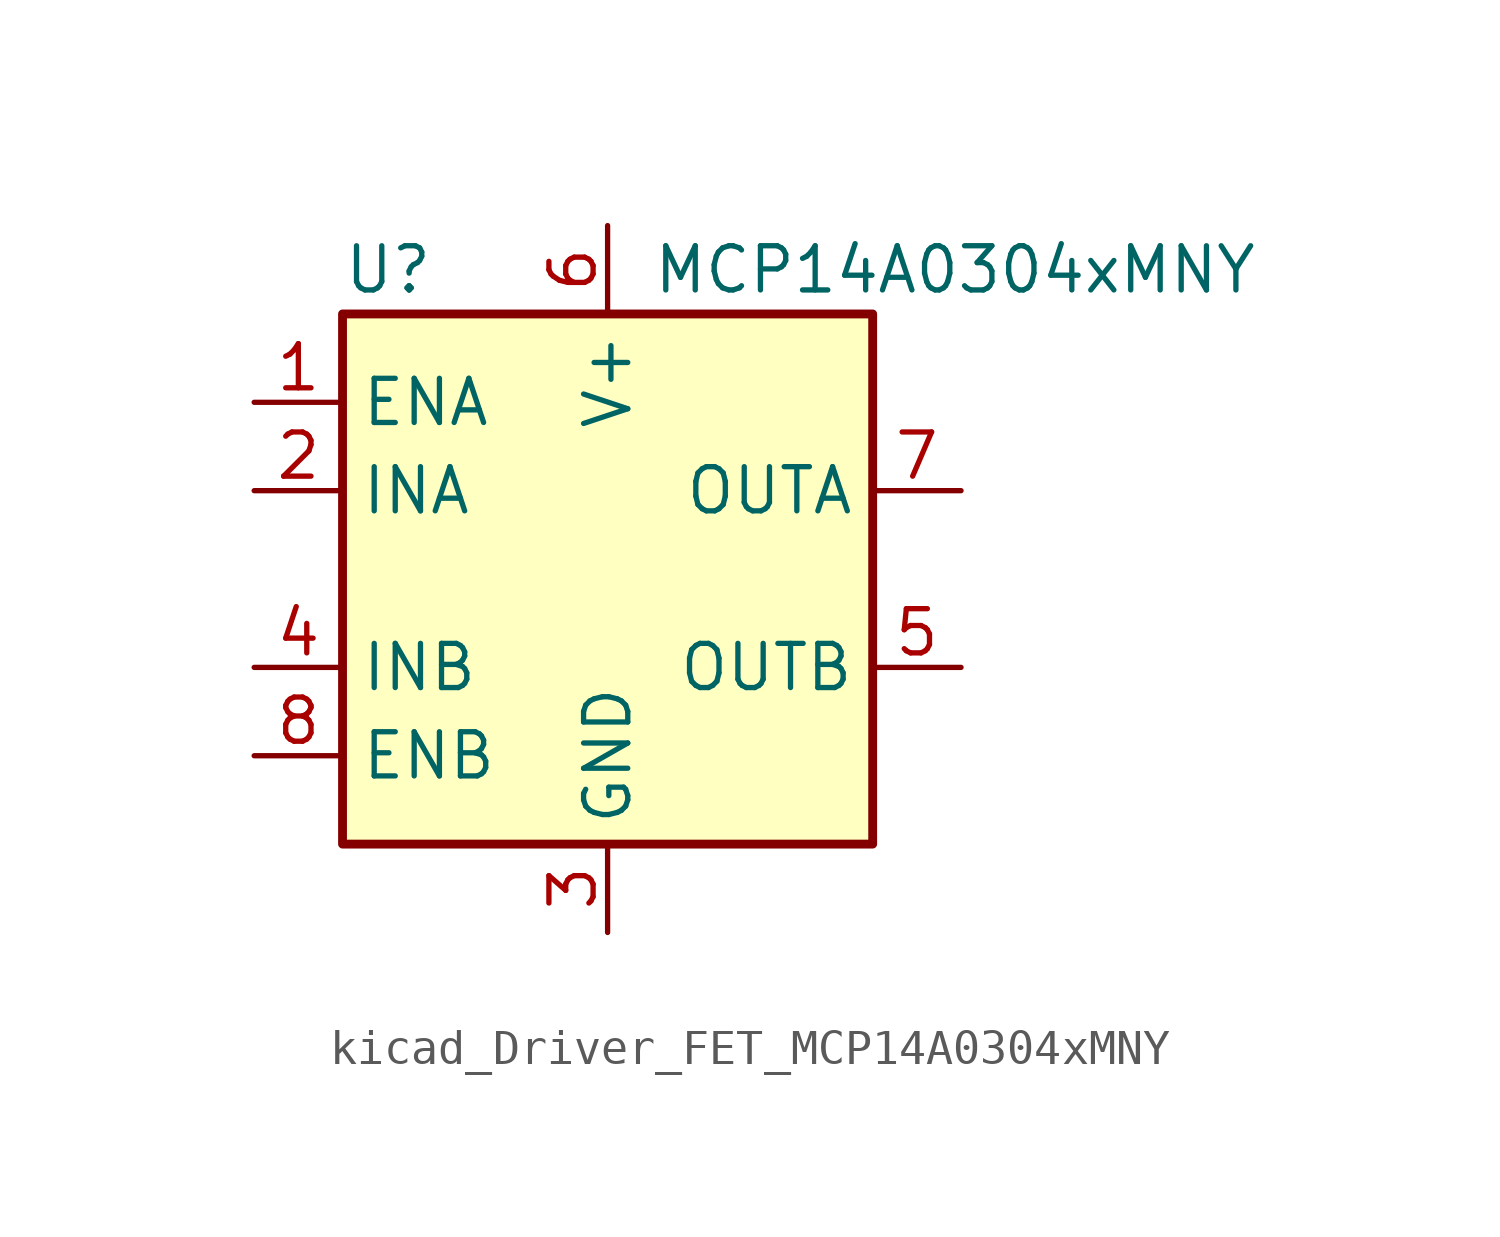
<source format=kicad_sym>
(kicad_symbol_lib
  (version 20220914)
  (generator kicad_symbol_editor)
  (symbol "kicad_Driver_FET_MCP14A0304xMNY"
    (property "Reference" "U"
      (at -7.62 8.89 0)
      (effects (font (size 1.27 1.27)) (justify left)))
    (property "Value" "MCP14A0304xMNY"
      (at 1.27 8.89 0)
      (effects (font (size 1.27 1.27)) (justify left)))
    (symbol "kicad_Driver_FET_MCP14A0304xMNY_0_1"
      (rectangle (start -7.62 -7.62) (end 7.62 7.62) (stroke (width 0.254) (type default)) (fill (type background))))
    (symbol "kicad_Driver_FET_MCP14A0304xMNY_1_1"
      (pin input line (at -10.16 5.08 0) (length 2.54) (name "ENA" (effects (font (size 1.27 1.27)))) (number "1" (effects (font (size 1.27 1.27)))))
      (pin input line (at -10.16 2.54 0) (length 2.54) (name "INA" (effects (font (size 1.27 1.27)))) (number "2" (effects (font (size 1.27 1.27)))))
      (pin power_in line (at 0 -10.16 90) (length 2.54) (name "GND" (effects (font (size 1.27 1.27)))) (number "3" (effects (font (size 1.27 1.27)))))
      (pin input line (at -10.16 -2.54 0) (length 2.54) (name "INB" (effects (font (size 1.27 1.27)))) (number "4" (effects (font (size 1.27 1.27)))))
      (pin output line (at 10.16 -2.54 180) (length 2.54) (name "OUTB" (effects (font (size 1.27 1.27)))) (number "5" (effects (font (size 1.27 1.27)))))
      (pin power_in line (at 0 10.16 270) (length 2.54) (name "V+" (effects (font (size 1.27 1.27)))) (number "6" (effects (font (size 1.27 1.27)))))
      (pin output line (at 10.16 2.54 180) (length 2.54) (name "OUTA" (effects (font (size 1.27 1.27)))) (number "7" (effects (font (size 1.27 1.27)))))
      (pin input line (at -10.16 -5.08 0) (length 2.54) (name "ENB" (effects (font (size 1.27 1.27)))) (number "8" (effects (font (size 1.27 1.27)))))
      (pin passive line (at 0 -10.16 90) (length 2.54) hide (name "GND" (effects (font (size 1.27 1.27)))) (number "9" (effects (font (size 1.27 1.27))))))))
</source>
